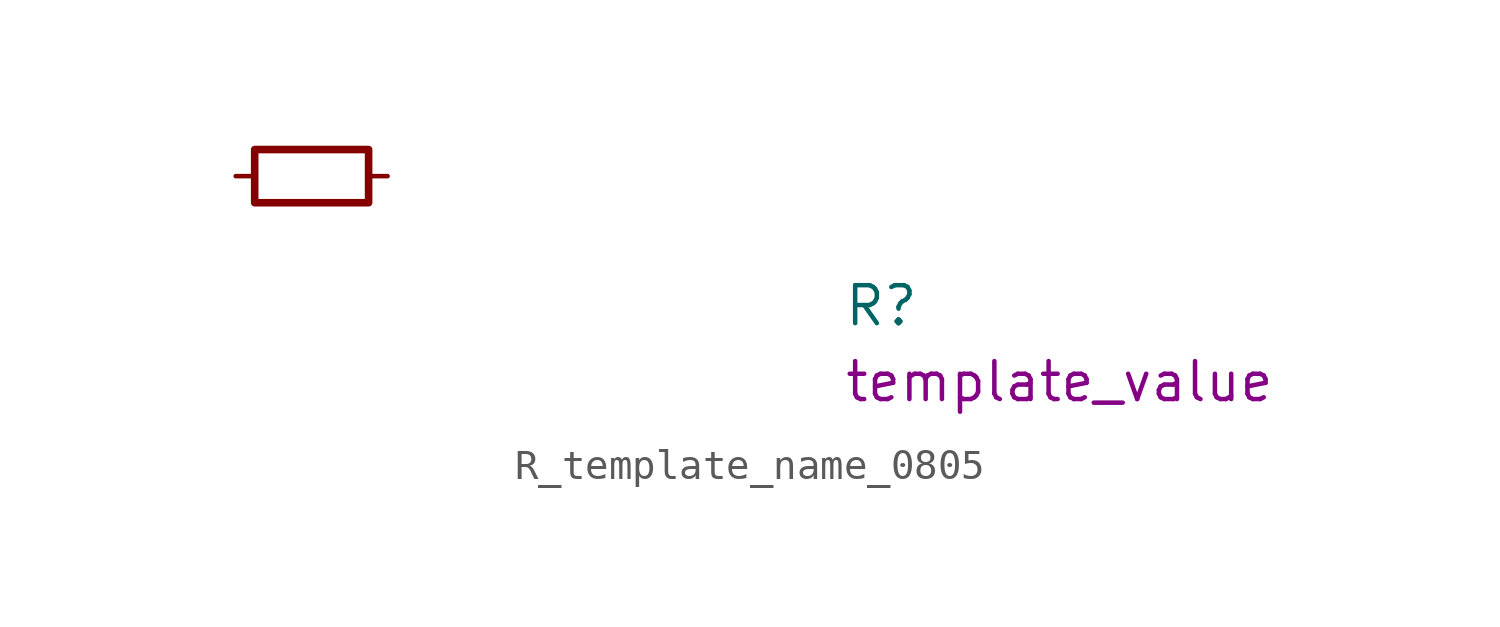
<source format=kicad_sym>
(kicad_symbol_lib
  (version 20211014)
  (generator kicad_symbol_editor)
  (symbol "R_template_name_0805"
    (pin_numbers hide)
    (pin_names hide)
    (property "Reference" "R"
      (at 20.32 -5.08 0)
      (effects (font (size 1.27 1.27) (thickness 0.15)) (justify left bottom)))
    (property "Val" "template_value"
      (at 20.32 -7.62 0)
      (effects (font (size 1.27 1.27) (thickness 0.15)) (justify left bottom)))
    (symbol "R_template_name_0805_0_1"
      (rectangle (start 0.635 0.889) (end 4.445 -0.889) (stroke (width 0.254) (type default) (color 0 0 0 0)) (fill (type none))))
    (symbol "R_template_name_0805_1_1"
      (pin passive line (at 0 0 0) (length 0.635) (name "~" (effects (font (size 1.27 1.27)))) (number "1" (effects (font (size 1.27 1.27)))))
      (pin passive line (at 5.08 0 180) (length 0.635) (name "~" (effects (font (size 1.27 1.27)))) (number "2" (effects (font (size 1.27 1.27))))))))
</source>
